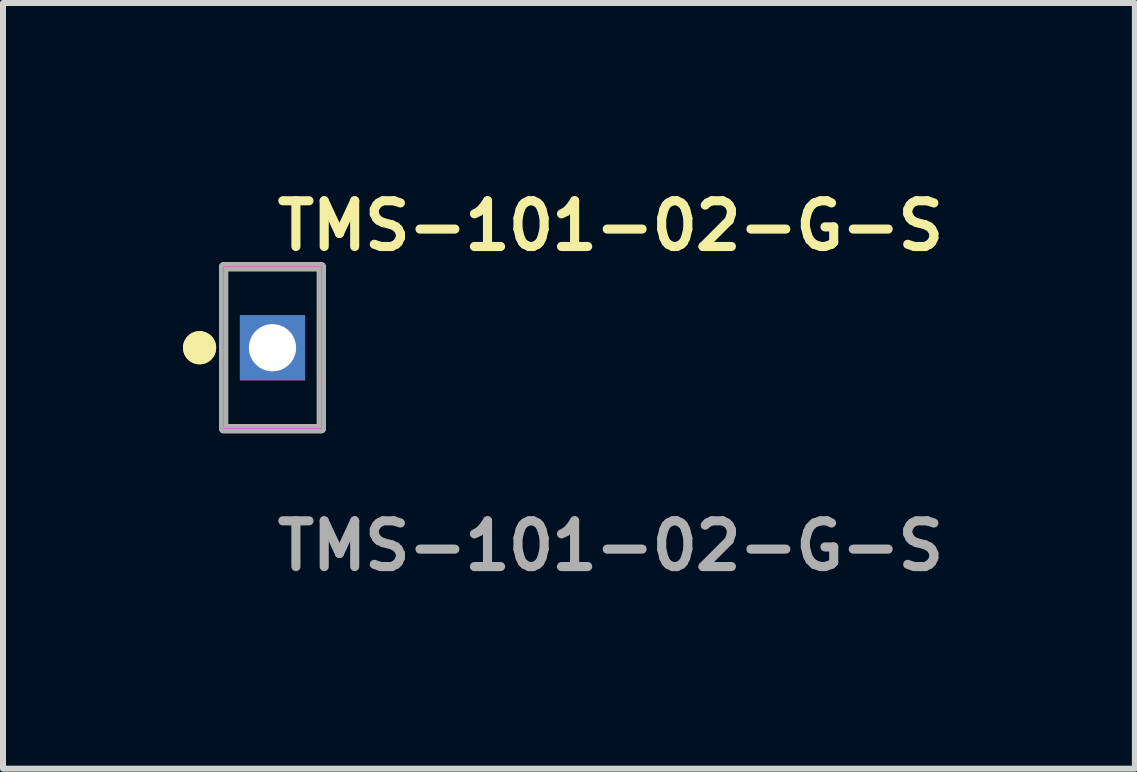
<source format=kicad_pcb>
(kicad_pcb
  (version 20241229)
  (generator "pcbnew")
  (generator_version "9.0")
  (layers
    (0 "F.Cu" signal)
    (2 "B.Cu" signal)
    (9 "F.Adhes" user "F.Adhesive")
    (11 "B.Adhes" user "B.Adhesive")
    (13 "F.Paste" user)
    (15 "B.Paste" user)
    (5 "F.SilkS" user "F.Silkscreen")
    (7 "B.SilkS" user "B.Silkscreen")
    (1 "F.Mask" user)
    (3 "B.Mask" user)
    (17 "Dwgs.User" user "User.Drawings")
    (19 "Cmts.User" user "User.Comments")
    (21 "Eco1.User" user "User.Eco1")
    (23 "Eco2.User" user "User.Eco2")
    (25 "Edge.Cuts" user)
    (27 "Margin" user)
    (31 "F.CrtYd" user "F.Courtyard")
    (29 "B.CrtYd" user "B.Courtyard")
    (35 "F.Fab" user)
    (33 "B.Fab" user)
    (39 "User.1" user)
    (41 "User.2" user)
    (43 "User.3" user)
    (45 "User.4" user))
  (footprint "TMS-101-02-G-S"
    (layer "F.Cu")
    (at 1.491 2.745)
    (property "Reference" "TMS-101-02-G-S" (at 0 -2.032 0) (unlocked yes) (layer "F.SilkS") (effects (font (size 0.762 0.762) (thickness 0.152)) (justify left)))
    (fp_rect (start -0.815 1.35) (end 0.815 -1.35) (stroke (width 0.152) (type solid)) (fill no) (layer "F.SilkS"))
    (fp_circle (center -1.215 0) (end -1.415 0) (stroke (width 0.152) (type solid)) (fill yes) (layer "F.SilkS"))
    (fp_circle (center -1.215 0) (end -1.415 0) (stroke (width 0.152) (type solid)) (fill yes) (layer "F.SilkS"))
    (fp_rect (start -0.815 1.35) (end 0.815 -1.35) (stroke (width 0.006) (type solid)) (fill no) (layer "F.CrtYd"))
    (fp_rect (start -0.815 1.35) (end 0.815 -1.35) (stroke (width 0.152) (type solid)) (fill no) (layer "F.Fab"))
    (fp_text user "${REFERENCE}" (at 0 3.302 0) (unlocked yes) (layer "F.Fab") (effects (font (size 0.762 0.762) (thickness 0.152)) (justify left)))
    (pad "1" thru_hole rect (at 0 0) (size 1.087 1.087) (drill 0.787) (layers "*.Cu" "*.Mask")))
  (gr_rect
    (start -3 -3)
    (end 15.863 9.76)
    (stroke (width 0.1) (type default))
    (fill no)
    (layer "Edge.Cuts")))
</source>
